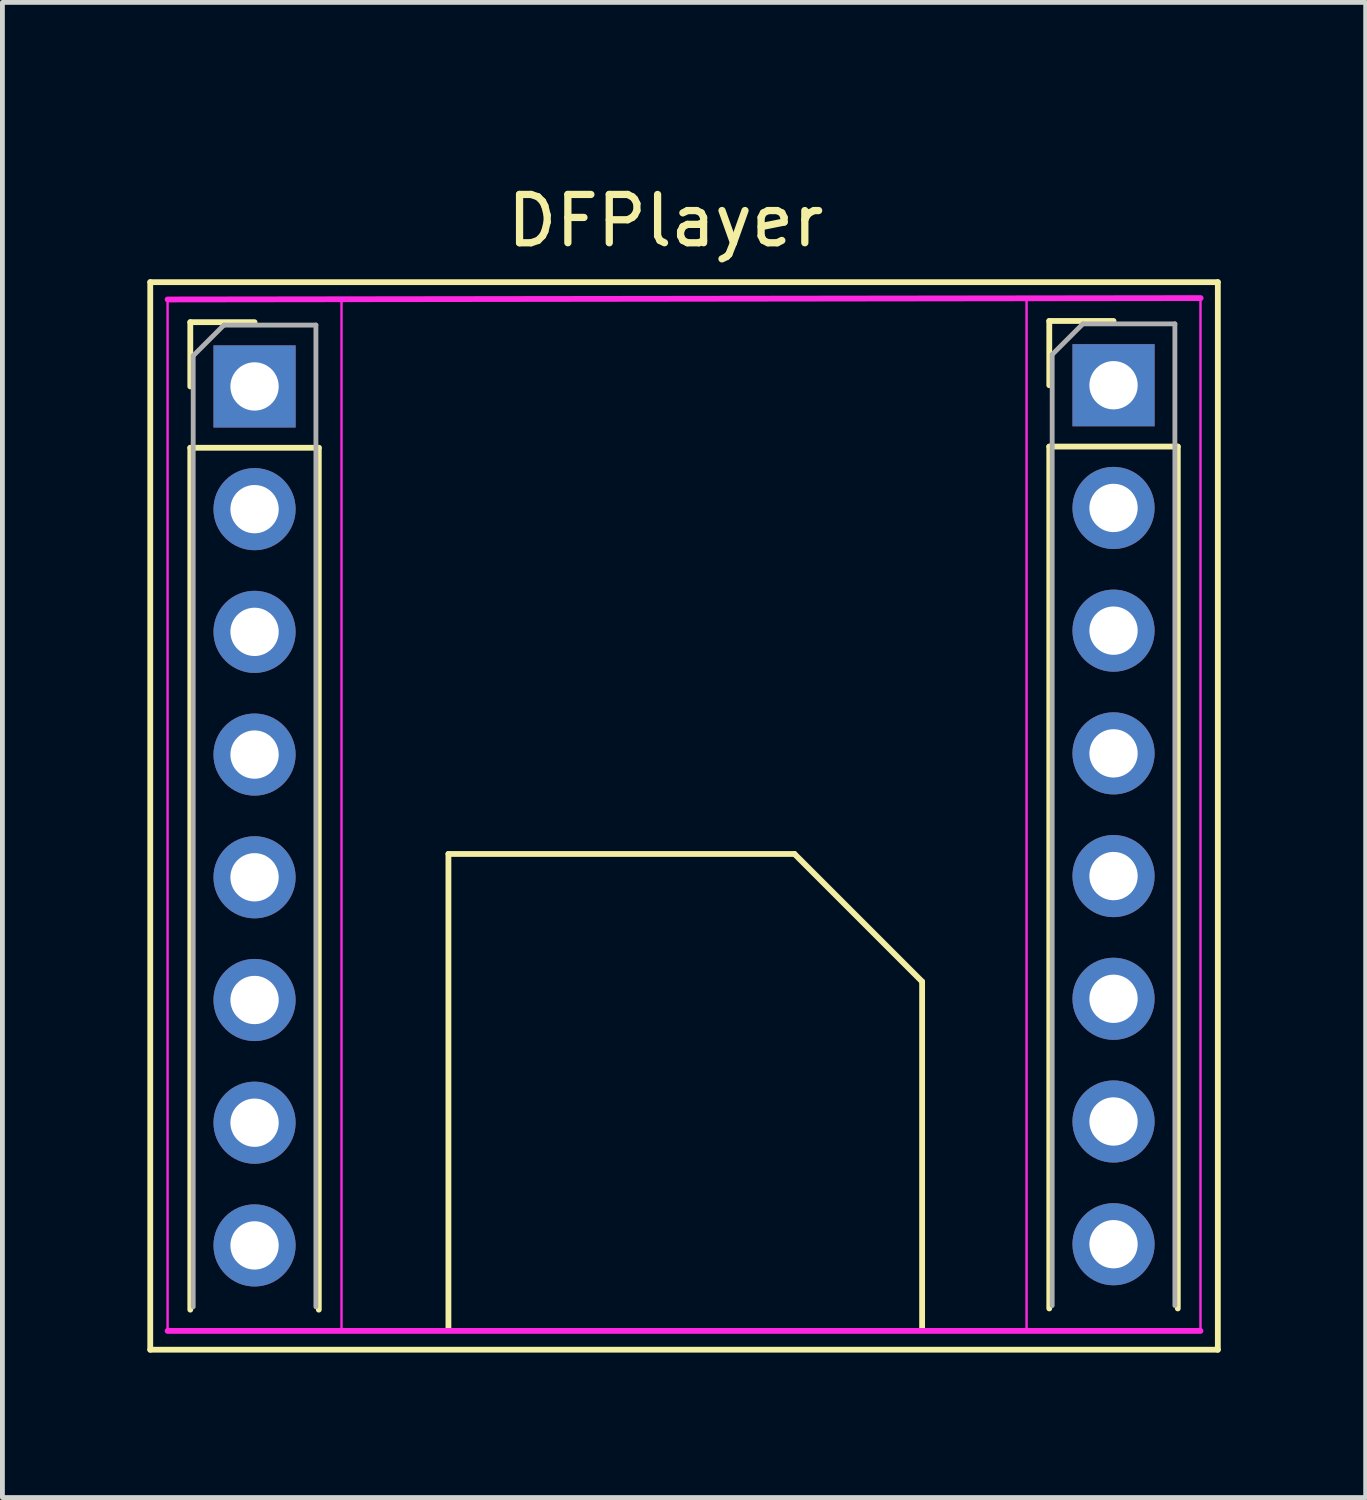
<source format=kicad_pcb>
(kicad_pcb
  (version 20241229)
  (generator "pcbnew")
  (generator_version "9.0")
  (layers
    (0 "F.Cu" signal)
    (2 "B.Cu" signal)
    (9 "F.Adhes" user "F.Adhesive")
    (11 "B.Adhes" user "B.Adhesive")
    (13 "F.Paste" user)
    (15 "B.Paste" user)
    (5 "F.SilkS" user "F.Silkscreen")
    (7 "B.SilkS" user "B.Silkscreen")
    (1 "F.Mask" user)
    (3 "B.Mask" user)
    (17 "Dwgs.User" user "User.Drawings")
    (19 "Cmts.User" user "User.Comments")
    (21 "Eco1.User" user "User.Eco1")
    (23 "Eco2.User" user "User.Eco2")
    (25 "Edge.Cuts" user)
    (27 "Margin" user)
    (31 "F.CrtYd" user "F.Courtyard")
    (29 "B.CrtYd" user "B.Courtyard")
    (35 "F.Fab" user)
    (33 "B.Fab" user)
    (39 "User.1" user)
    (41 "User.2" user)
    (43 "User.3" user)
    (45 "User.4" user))
  (footprint "DFPlayer"
    (layer "F.Cu")
    (at 10.728 0.25)
    (property "Reference" "DFPlayer" (at 0 1.27 0) (layer "F.SilkS") (effects (font (size 1 1) (thickness 0.15))))
    (attr through_hole)
    (fp_line (start -10.668 2.54) (end 11.43 2.54) (stroke (width 0.12) (type solid)) (layer "F.SilkS"))
    (fp_line (start -10.668 24.638) (end -10.668 2.54) (stroke (width 0.12) (type solid)) (layer "F.SilkS"))
    (fp_line (start -9.839 3.369) (end -8.509 3.369) (stroke (width 0.12) (type solid)) (layer "F.SilkS"))
    (fp_line (start -9.839 4.699) (end -9.839 3.369) (stroke (width 0.12) (type solid)) (layer "F.SilkS"))
    (fp_line (start -9.839 5.969) (end -9.839 23.809) (stroke (width 0.12) (type solid)) (layer "F.SilkS"))
    (fp_line (start -9.839 5.969) (end -7.179 5.969) (stroke (width 0.12) (type solid)) (layer "F.SilkS"))
    (fp_line (start -7.179 5.969) (end -7.179 23.809) (stroke (width 0.12) (type solid)) (layer "F.SilkS"))
    (fp_line (start -4.496 14.376) (end 2.667 14.376) (stroke (width 0.12) (type solid)) (layer "F.SilkS"))
    (fp_line (start -4.496 24.206) (end -4.496 14.376) (stroke (width 0.12) (type solid)) (layer "F.SilkS"))
    (fp_line (start 2.667 14.376) (end 5.309 17.018) (stroke (width 0.12) (type solid)) (layer "F.SilkS"))
    (fp_line (start 5.309 17.018) (end 5.309 24.232) (stroke (width 0.12) (type solid)) (layer "F.SilkS"))
    (fp_line (start 7.941 3.344) (end 9.271 3.344) (stroke (width 0.12) (type solid)) (layer "F.SilkS"))
    (fp_line (start 7.941 4.674) (end 7.941 3.344) (stroke (width 0.12) (type solid)) (layer "F.SilkS"))
    (fp_line (start 7.941 5.944) (end 7.941 23.784) (stroke (width 0.12) (type solid)) (layer "F.SilkS"))
    (fp_line (start 7.941 5.944) (end 10.601 5.944) (stroke (width 0.12) (type solid)) (layer "F.SilkS"))
    (fp_line (start 10.601 5.944) (end 10.601 23.784) (stroke (width 0.12) (type solid)) (layer "F.SilkS"))
    (fp_line (start 11.43 2.54) (end 11.43 24.638) (stroke (width 0.12) (type solid)) (layer "F.SilkS"))
    (fp_line (start 11.43 24.638) (end -10.668 24.638) (stroke (width 0.12) (type solid)) (layer "F.SilkS"))
    (fp_line (start -10.309 2.899) (end -10.309 24.249) (stroke (width 0.05) (type solid)) (layer "F.CrtYd"))
    (fp_line (start -10.309 2.899) (end 11.074 2.87) (stroke (width 0.12) (type solid)) (layer "F.CrtYd"))
    (fp_line (start -10.309 24.249) (end 11.071 24.249) (stroke (width 0.12) (type solid)) (layer "F.CrtYd"))
    (fp_line (start -6.709 24.249) (end -6.709 2.899) (stroke (width 0.05) (type solid)) (layer "F.CrtYd"))
    (fp_line (start 7.471 2.874) (end 7.471 24.224) (stroke (width 0.05) (type solid)) (layer "F.CrtYd"))
    (fp_line (start 11.071 24.224) (end 11.071 2.874) (stroke (width 0.05) (type solid)) (layer "F.CrtYd"))
    (fp_line (start -9.779 4.064) (end -9.144 3.429) (stroke (width 0.1) (type solid)) (layer "F.Fab"))
    (fp_line (start -9.779 23.749) (end -9.779 4.064) (stroke (width 0.1) (type solid)) (layer "F.Fab"))
    (fp_line (start -9.144 3.429) (end -7.239 3.429) (stroke (width 0.1) (type solid)) (layer "F.Fab"))
    (fp_line (start -7.239 3.429) (end -7.239 23.749) (stroke (width 0.1) (type solid)) (layer "F.Fab"))
    (fp_line (start 8.001 4.039) (end 8.636 3.404) (stroke (width 0.1) (type solid)) (layer "F.Fab"))
    (fp_line (start 8.001 23.724) (end 8.001 4.039) (stroke (width 0.1) (type solid)) (layer "F.Fab"))
    (fp_line (start 8.636 3.404) (end 10.541 3.404) (stroke (width 0.1) (type solid)) (layer "F.Fab"))
    (fp_line (start 10.541 3.404) (end 10.541 23.724) (stroke (width 0.1) (type solid)) (layer "F.Fab"))
    (pad "1" thru_hole rect (at -8.509 4.699) (size 1.7 1.7) (drill 1) (layers "*.Cu" "*.Mask"))
    (pad "2" thru_hole oval (at -8.509 7.239) (size 1.7 1.7) (drill 1) (layers "*.Cu" "*.Mask"))
    (pad "3" thru_hole oval (at -8.509 9.779) (size 1.7 1.7) (drill 1) (layers "*.Cu" "*.Mask"))
    (pad "4" thru_hole oval (at -8.509 12.319) (size 1.7 1.7) (drill 1) (layers "*.Cu" "*.Mask"))
    (pad "5" thru_hole oval (at -8.509 14.859) (size 1.7 1.7) (drill 1) (layers "*.Cu" "*.Mask"))
    (pad "6" thru_hole oval (at -8.509 17.399) (size 1.7 1.7) (drill 1) (layers "*.Cu" "*.Mask"))
    (pad "7" thru_hole oval (at -8.509 19.939) (size 1.7 1.7) (drill 1) (layers "*.Cu" "*.Mask"))
    (pad "8" thru_hole oval (at -8.509 22.479) (size 1.7 1.7) (drill 1) (layers "*.Cu" "*.Mask"))
    (pad "9" thru_hole oval (at 9.271 22.454) (size 1.7 1.7) (drill 1) (layers "*.Cu" "*.Mask"))
    (pad "10" thru_hole oval (at 9.271 19.914) (size 1.7 1.7) (drill 1) (layers "*.Cu" "*.Mask"))
    (pad "11" thru_hole oval (at 9.271 17.374) (size 1.7 1.7) (drill 1) (layers "*.Cu" "*.Mask"))
    (pad "12" thru_hole oval (at 9.271 14.834) (size 1.7 1.7) (drill 1) (layers "*.Cu" "*.Mask"))
    (pad "13" thru_hole oval (at 9.271 12.294) (size 1.7 1.7) (drill 1) (layers "*.Cu" "*.Mask"))
    (pad "14" thru_hole oval (at 9.271 9.754) (size 1.7 1.7) (drill 1) (layers "*.Cu" "*.Mask"))
    (pad "15" thru_hole oval (at 9.271 7.214) (size 1.7 1.7) (drill 1) (layers "*.Cu" "*.Mask"))
    (pad "16" thru_hole rect (at 9.271 4.674) (size 1.7 1.7) (drill 1) (layers "*.Cu" "*.Mask")))
  (gr_rect
    (start -3 -3)
    (end 25.218 27.948)
    (stroke (width 0.1) (type default))
    (fill no)
    (layer "Edge.Cuts")))
</source>
